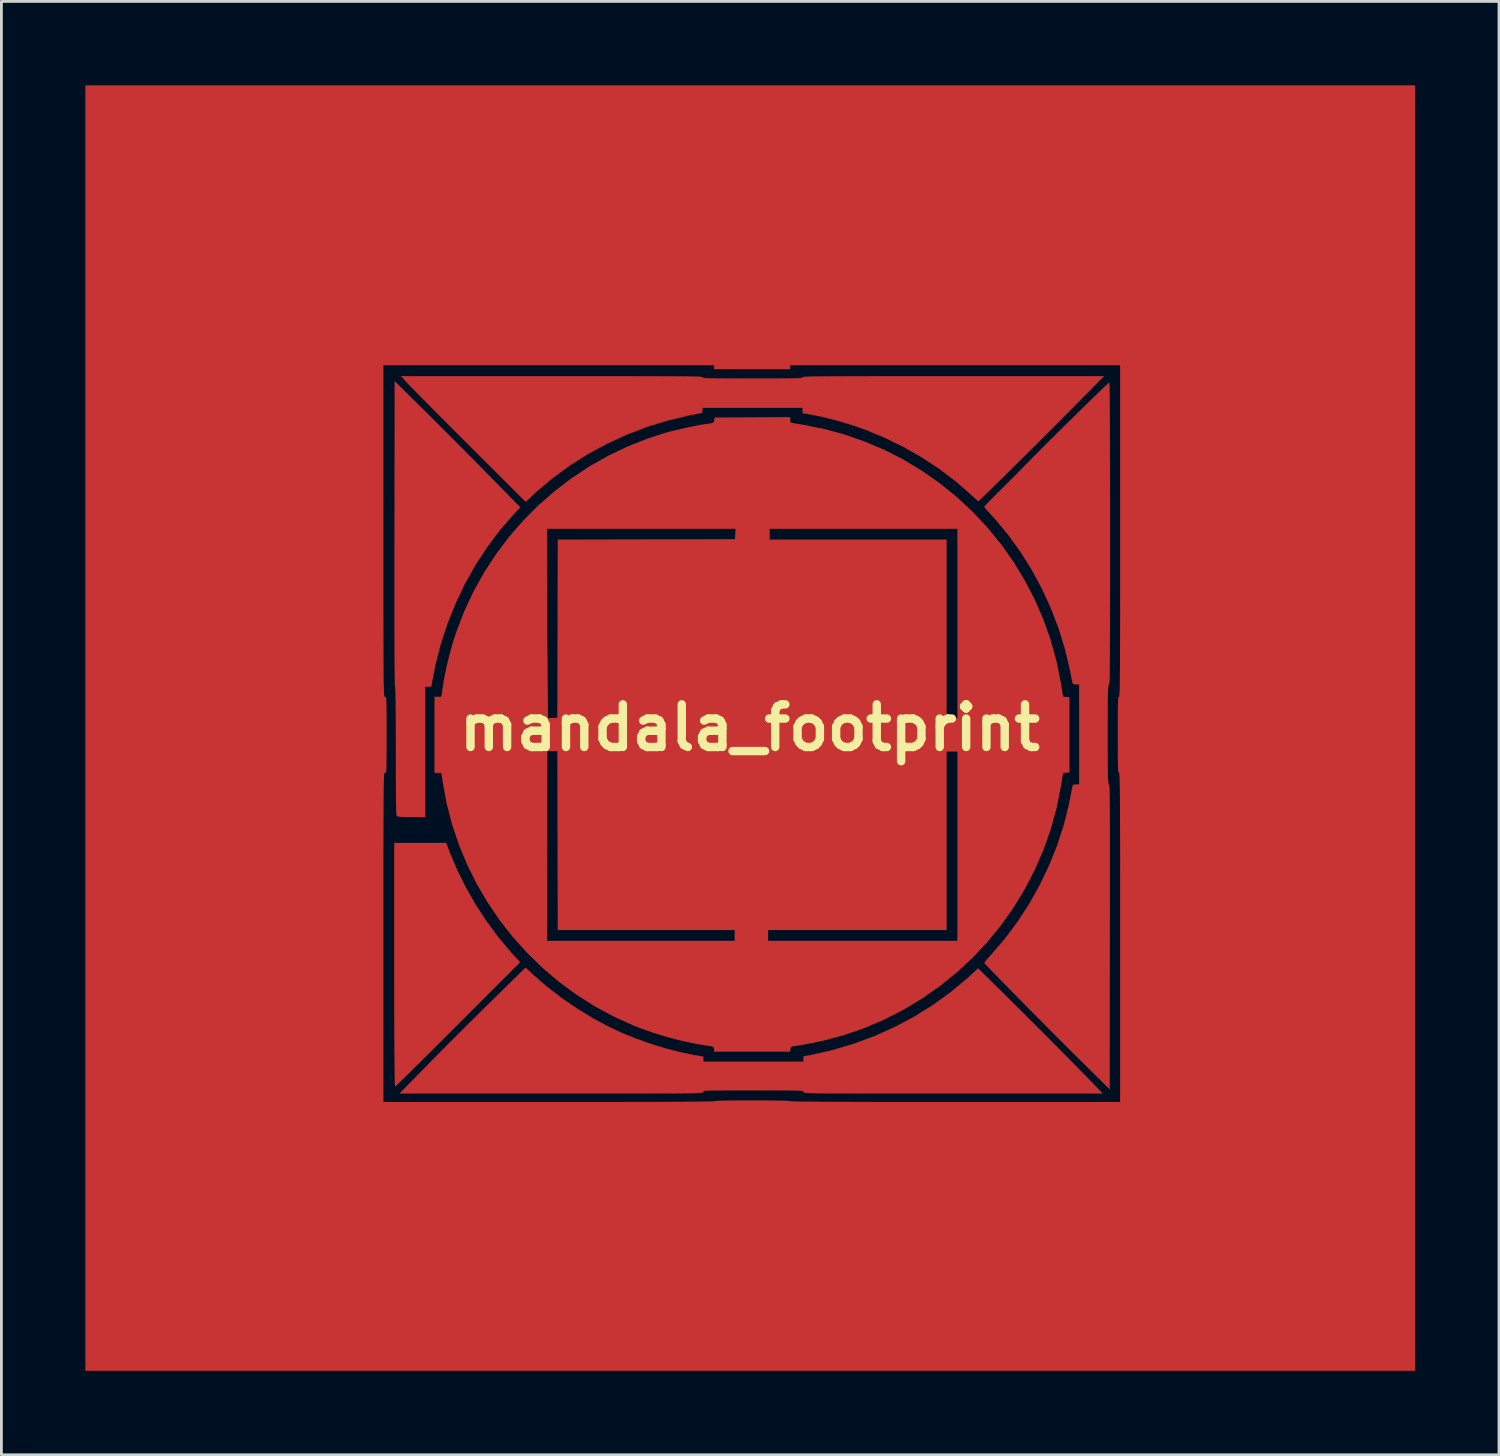
<source format=kicad_pcb>
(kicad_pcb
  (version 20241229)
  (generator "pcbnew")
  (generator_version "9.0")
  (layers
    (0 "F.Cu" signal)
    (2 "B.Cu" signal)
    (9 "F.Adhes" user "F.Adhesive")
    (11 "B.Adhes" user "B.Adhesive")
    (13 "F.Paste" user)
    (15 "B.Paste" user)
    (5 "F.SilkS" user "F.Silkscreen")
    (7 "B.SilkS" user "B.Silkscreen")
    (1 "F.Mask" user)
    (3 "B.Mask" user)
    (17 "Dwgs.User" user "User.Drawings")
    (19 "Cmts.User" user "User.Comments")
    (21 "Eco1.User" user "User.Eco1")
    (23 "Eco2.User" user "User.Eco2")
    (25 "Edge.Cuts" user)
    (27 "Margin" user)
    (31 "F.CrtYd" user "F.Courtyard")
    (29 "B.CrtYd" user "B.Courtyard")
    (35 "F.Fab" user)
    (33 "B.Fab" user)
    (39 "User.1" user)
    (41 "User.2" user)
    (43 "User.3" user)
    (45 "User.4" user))
  (footprint "mandala_footprint"
    (layer "F.Cu")
    (at 23.74 22.95)
    (property "Reference" "mandala_footprint" (at 0 0 0) (layer "F.SilkS") (effects (font (size 1.524 1.524) (thickness 0.3))))
    (attr through_hole)
    (fp_poly (pts (xy -6.42 -12.559) (xy -5.821 -12.559) (xy -5.275 -12.559) (xy -4.777 -12.558) (xy -4.327 -12.558) (xy -3.923 -12.557) (xy -3.56 -12.556) (xy -3.239 -12.555) (xy -2.955 -12.554) (xy -2.707 -12.553) (xy -2.493 -12.551) (xy -2.31 -12.549) (xy -2.156 -12.547) (xy -2.029 -12.544) (xy -1.926 -12.541) (xy -1.845 -12.538) (xy -1.785 -12.535) (xy -1.741 -12.531) (xy -1.713 -12.526) (xy -1.698 -12.522) (xy -1.693 -12.517) (xy -1.688 -12.508) (xy -1.67 -12.501) (xy -1.635 -12.494) (xy -1.579 -12.489) (xy -1.498 -12.485) (xy -1.388 -12.481) (xy -1.246 -12.479) (xy -1.066 -12.477) (xy -0.847 -12.476) (xy -0.582 -12.475) (xy -0.269 -12.474) (xy 0.096 -12.474) (xy 0.099 -12.474) (xy 0.465 -12.474) (xy 0.778 -12.475) (xy 1.042 -12.476) (xy 1.263 -12.477) (xy 1.442 -12.479) (xy 1.585 -12.481) (xy 1.695 -12.485) (xy 1.776 -12.489) (xy 1.832 -12.494) (xy 1.867 -12.5) (xy 1.886 -12.508) (xy 1.891 -12.516) (xy 1.891 -12.517) (xy 1.895 -12.522) (xy 1.911 -12.526) (xy 1.939 -12.531) (xy 1.982 -12.535) (xy 2.043 -12.538) (xy 2.124 -12.541) (xy 2.227 -12.544) (xy 2.355 -12.547) (xy 2.509 -12.549) (xy 2.692 -12.551) (xy 2.906 -12.553) (xy 3.154 -12.554) (xy 3.438 -12.555) (xy 3.76 -12.556) (xy 4.123 -12.557) (xy 4.528 -12.558) (xy 4.978 -12.558) (xy 5.475 -12.559) (xy 6.022 -12.559) (xy 6.621 -12.559) (xy 7.27 -12.559) (xy 12.649 -12.559) (xy 11.542 -11.437) (xy 11.328 -11.221) (xy 11.091 -10.983) (xy 10.836 -10.727) (xy 10.568 -10.459) (xy 10.291 -10.183) (xy 10.011 -9.905) (xy 9.732 -9.629) (xy 9.46 -9.36) (xy 9.2 -9.103) (xy 8.956 -8.864) (xy 8.734 -8.646) (xy 8.539 -8.456) (xy 8.375 -8.297) (xy 8.29 -8.216) (xy 8.16 -8.091) (xy 7.911 -8.324) (xy 7.368 -8.798) (xy 6.781 -9.242) (xy 6.158 -9.654) (xy 5.505 -10.027) (xy 4.831 -10.359) (xy 4.143 -10.645) (xy 3.754 -10.783) (xy 3.464 -10.875) (xy 3.151 -10.965) (xy 2.833 -11.049) (xy 2.528 -11.121) (xy 2.252 -11.179) (xy 2.18 -11.192) (xy 1.891 -11.242) (xy 1.891 -11.43) (xy -1.69 -11.43) (xy -1.699 -11.34) (xy -1.707 -11.25) (xy -2.163 -11.16) (xy -2.919 -10.982) (xy -3.663 -10.754) (xy -4.39 -10.476) (xy -5.096 -10.152) (xy -5.777 -9.784) (xy -6.428 -9.373) (xy -7.044 -8.923) (xy -7.621 -8.435) (xy -7.75 -8.316) (xy -8.007 -8.074) (xy -10.051 -10.115) (xy -10.337 -10.401) (xy -10.616 -10.68) (xy -10.882 -10.947) (xy -11.135 -11.201) (xy -11.37 -11.437) (xy -11.584 -11.654) (xy -11.776 -11.847) (xy -11.941 -12.015) (xy -12.077 -12.153) (xy -12.181 -12.26) (xy -12.249 -12.331) (xy -12.273 -12.357) (xy -12.452 -12.559) (xy -7.073 -12.559) (xy -6.42 -12.559)) (stroke (width 0.01) (type solid)) (fill yes) (layer "F.Cu"))
    (fp_poly (pts (xy -7.733 8.836) (xy -7.253 9.252) (xy -6.729 9.655) (xy -6.176 10.036) (xy -5.605 10.385) (xy -5.06 10.678) (xy -4.587 10.899) (xy -4.079 11.106) (xy -3.552 11.294) (xy -3.021 11.458) (xy -2.5 11.593) (xy -2.004 11.695) (xy -1.968 11.701) (xy -1.665 11.752) (xy -1.665 11.938) (xy 1.919 11.938) (xy 1.919 11.839) (xy 1.922 11.774) (xy 1.93 11.741) (xy 1.932 11.74) (xy 1.983 11.734) (xy 2.079 11.717) (xy 2.208 11.691) (xy 2.36 11.659) (xy 2.525 11.623) (xy 2.692 11.585) (xy 2.849 11.547) (xy 2.977 11.515) (xy 3.737 11.289) (xy 4.48 11.012) (xy 5.203 10.686) (xy 5.9 10.312) (xy 6.569 9.893) (xy 7.204 9.431) (xy 7.803 8.929) (xy 7.896 8.844) (xy 8.157 8.603) (xy 9.349 9.781) (xy 9.591 10.02) (xy 9.851 10.278) (xy 10.123 10.551) (xy 10.404 10.832) (xy 10.688 11.117) (xy 10.971 11.402) (xy 11.247 11.68) (xy 11.511 11.948) (xy 11.759 12.2) (xy 11.986 12.432) (xy 12.187 12.638) (xy 12.357 12.813) (xy 12.473 12.935) (xy 12.599 13.067) (xy 7.259 13.067) (xy 6.614 13.067) (xy 6.024 13.067) (xy 5.485 13.067) (xy 4.996 13.067) (xy 4.553 13.066) (xy 4.155 13.066) (xy 3.8 13.065) (xy 3.484 13.065) (xy 3.206 13.064) (xy 2.962 13.063) (xy 2.752 13.061) (xy 2.572 13.06) (xy 2.42 13.058) (xy 2.294 13.055) (xy 2.19 13.053) (xy 2.108 13.05) (xy 2.045 13.046) (xy 1.997 13.042) (xy 1.963 13.038) (xy 1.941 13.033) (xy 1.928 13.028) (xy 1.921 13.022) (xy 1.919 13.016) (xy 1.919 13.01) (xy 1.918 12.999) (xy 1.912 12.989) (xy 1.898 12.981) (xy 1.871 12.974) (xy 1.826 12.969) (xy 1.761 12.964) (xy 1.671 12.961) (xy 1.551 12.958) (xy 1.398 12.956) (xy 1.207 12.955) (xy 0.975 12.954) (xy 0.698 12.954) (xy 0.371 12.954) (xy 0.127 12.954) (xy -0.235 12.954) (xy -0.545 12.954) (xy -0.806 12.955) (xy -1.023 12.956) (xy -1.2 12.957) (xy -1.341 12.959) (xy -1.451 12.962) (xy -1.532 12.966) (xy -1.59 12.97) (xy -1.628 12.976) (xy -1.65 12.984) (xy -1.661 12.992) (xy -1.665 13.003) (xy -1.665 13.01) (xy -1.666 13.017) (xy -1.669 13.023) (xy -1.677 13.029) (xy -1.692 13.034) (xy -1.717 13.039) (xy -1.753 13.043) (xy -1.804 13.047) (xy -1.872 13.05) (xy -1.959 13.053) (xy -2.067 13.056) (xy -2.199 13.058) (xy -2.356 13.06) (xy -2.543 13.061) (xy -2.76 13.063) (xy -3.01 13.064) (xy -3.296 13.065) (xy -3.619 13.065) (xy -3.983 13.066) (xy -4.389 13.066) (xy -4.84 13.067) (xy -5.338 13.067) (xy -5.886 13.067) (xy -6.485 13.067) (xy -7.086 13.067) (xy -12.507 13.067) (xy -11.482 12.021) (xy -11.255 11.79) (xy -10.997 11.53) (xy -10.716 11.247) (xy -10.42 10.951) (xy -10.119 10.651) (xy -9.821 10.355) (xy -9.535 10.072) (xy -9.27 9.811) (xy -9.234 9.776) (xy -8.012 8.578) (xy -7.733 8.836)) (stroke (width 0.01) (type solid)) (fill yes) (layer "F.Cu"))
    (fp_poly (pts (xy 12.845 -12.302) (xy 12.849 -12.219) (xy 12.852 -12.08) (xy 12.855 -11.887) (xy 12.858 -11.638) (xy 12.86 -11.335) (xy 12.862 -10.978) (xy 12.864 -10.568) (xy 12.866 -10.105) (xy 12.867 -9.589) (xy 12.868 -9.02) (xy 12.869 -8.4) (xy 12.869 -7.728) (xy 12.869 -7.005) (xy 12.869 -6.948) (xy 12.869 -6.294) (xy 12.869 -5.695) (xy 12.869 -5.147) (xy 12.869 -4.649) (xy 12.868 -4.198) (xy 12.867 -3.792) (xy 12.867 -3.429) (xy 12.866 -3.106) (xy 12.864 -2.821) (xy 12.863 -2.572) (xy 12.861 -2.357) (xy 12.859 -2.173) (xy 12.857 -2.018) (xy 12.855 -1.889) (xy 12.852 -1.785) (xy 12.849 -1.703) (xy 12.845 -1.64) (xy 12.841 -1.595) (xy 12.837 -1.565) (xy 12.832 -1.548) (xy 12.827 -1.542) (xy 12.818 -1.533) (xy 12.811 -1.512) (xy 12.805 -1.473) (xy 12.799 -1.413) (xy 12.795 -1.328) (xy 12.792 -1.215) (xy 12.789 -1.068) (xy 12.787 -0.884) (xy 12.786 -0.659) (xy 12.785 -0.389) (xy 12.785 -0.071) (xy 12.785 0.243) (xy 12.785 0.607) (xy 12.785 0.919) (xy 12.786 1.182) (xy 12.788 1.402) (xy 12.79 1.58) (xy 12.792 1.723) (xy 12.796 1.834) (xy 12.8 1.916) (xy 12.806 1.974) (xy 12.812 2.012) (xy 12.82 2.034) (xy 12.827 2.043) (xy 12.832 2.051) (xy 12.837 2.07) (xy 12.841 2.101) (xy 12.845 2.148) (xy 12.849 2.211) (xy 12.852 2.294) (xy 12.854 2.399) (xy 12.857 2.528) (xy 12.859 2.683) (xy 12.861 2.867) (xy 12.862 3.082) (xy 12.863 3.33) (xy 12.864 3.614) (xy 12.865 3.936) (xy 12.865 4.298) (xy 12.865 4.702) (xy 12.865 5.152) (xy 12.865 5.648) (xy 12.864 6.194) (xy 12.863 6.791) (xy 12.863 7.442) (xy 12.862 7.493) (xy 12.855 12.912) (xy 11.715 11.783) (xy 11.511 11.58) (xy 11.292 11.362) (xy 11.061 11.131) (xy 10.821 10.891) (xy 10.576 10.644) (xy 10.329 10.396) (xy 10.083 10.148) (xy 9.842 9.904) (xy 9.608 9.667) (xy 9.385 9.44) (xy 9.176 9.228) (xy 8.985 9.033) (xy 8.815 8.858) (xy 8.668 8.707) (xy 8.549 8.583) (xy 8.46 8.49) (xy 8.405 8.43) (xy 8.387 8.408) (xy 8.401 8.379) (xy 8.448 8.317) (xy 8.519 8.232) (xy 8.608 8.133) (xy 8.619 8.121) (xy 9.113 7.546) (xy 9.572 6.932) (xy 9.991 6.286) (xy 10.368 5.612) (xy 10.701 4.916) (xy 10.986 4.204) (xy 11.221 3.48) (xy 11.404 2.752) (xy 11.444 2.549) (xy 11.472 2.403) (xy 11.498 2.271) (xy 11.517 2.168) (xy 11.53 2.104) (xy 11.531 2.095) (xy 11.549 2.054) (xy 11.592 2.035) (xy 11.656 2.032) (xy 11.769 2.032) (xy 11.769 -1.552) (xy 11.656 -1.552) (xy 11.581 -1.558) (xy 11.544 -1.58) (xy 11.531 -1.616) (xy 11.521 -1.665) (xy 11.502 -1.758) (xy 11.476 -1.884) (xy 11.447 -2.03) (xy 11.432 -2.103) (xy 11.258 -2.834) (xy 11.033 -3.559) (xy 10.759 -4.272) (xy 10.439 -4.968) (xy 10.077 -5.64) (xy 9.675 -6.283) (xy 9.236 -6.891) (xy 8.762 -7.459) (xy 8.611 -7.624) (xy 8.522 -7.722) (xy 8.449 -7.805) (xy 8.399 -7.866) (xy 8.382 -7.894) (xy 8.401 -7.92) (xy 8.456 -7.98) (xy 8.54 -8.068) (xy 8.649 -8.179) (xy 8.777 -8.308) (xy 8.91 -8.44) (xy 9.075 -8.604) (xy 9.268 -8.797) (xy 9.477 -9.006) (xy 9.689 -9.22) (xy 9.894 -9.428) (xy 10.06 -9.596) (xy 10.194 -9.733) (xy 10.352 -9.892) (xy 10.529 -10.069) (xy 10.721 -10.26) (xy 10.924 -10.462) (xy 11.134 -10.67) (xy 11.349 -10.882) (xy 11.562 -11.092) (xy 11.772 -11.299) (xy 11.974 -11.496) (xy 12.164 -11.682) (xy 12.338 -11.851) (xy 12.492 -12.001) (xy 12.623 -12.127) (xy 12.727 -12.226) (xy 12.8 -12.293) (xy 12.838 -12.326) (xy 12.842 -12.328) (xy 12.845 -12.302)) (stroke (width 0.01) (type solid)) (fill yes) (layer "F.Cu"))
    (pad "1" smd custom (at 21.59 0) (size 1.524 1.524) (layers "F.Cu" "F.Mask" "F.Paste") (options (anchor circle)) (primitives (gr_poly (pts (xy 2.173 22.973) (xy -45.325 22.973) (xy -45.325 -12.954) (xy -34.685 -12.954) (xy -34.685 -7.027) (xy -34.685 -6.347) (xy -34.685 -5.72) (xy -34.685 -5.146) (xy -34.685 -4.621) (xy -34.685 -4.144) (xy -34.684 -3.712) (xy -34.684 -3.323) (xy -34.683 -2.975) (xy -34.682 -2.665) (xy -34.681 -2.391) (xy -34.68 -2.151) (xy -34.679 -1.943) (xy -34.677 -1.765) (xy -34.675 -1.613) (xy -34.673 -1.487) (xy -34.67 -1.383) (xy -34.667 -1.3) (xy -34.664 -1.235) (xy -34.66 -1.186) (xy -34.656 -1.15) (xy -34.652 -1.126) (xy -34.647 -1.112) (xy -34.641 -1.104) (xy -34.635 -1.101) (xy -34.629 -1.101) (xy -34.629 -1.101) (xy -34.616 -1.099) (xy -34.605 -1.093) (xy -34.596 -1.076) (xy -34.589 -1.044) (xy -34.583 -0.993) (xy -34.579 -0.917) (xy -34.576 -0.812) (xy -34.574 -0.674) (xy -34.573 -0.497) (xy -34.572 -0.277) (xy -34.572 -0.009) (xy -34.572 0.254) (xy -34.572 0.565) (xy -34.573 0.825) (xy -34.573 1.037) (xy -34.575 1.207) (xy -34.577 1.34) (xy -34.58 1.439) (xy -34.584 1.511) (xy -34.59 1.559) (xy -34.597 1.588) (xy -34.607 1.602) (xy -34.618 1.608) (xy -34.629 1.609) (xy -34.635 1.609) (xy -34.641 1.612) (xy -34.647 1.62) (xy -34.652 1.634) (xy -34.656 1.658) (xy -34.66 1.693) (xy -34.664 1.742) (xy -34.667 1.807) (xy -34.67 1.89) (xy -34.673 1.994) (xy -34.675 2.12) (xy -34.677 2.272) (xy -34.679 2.45) (xy -34.68 2.659) (xy -34.681 2.899) (xy -34.682 3.173) (xy -34.683 3.483) (xy -34.684 3.832) (xy -34.684 4.221) (xy -34.685 4.654) (xy -34.685 5.132) (xy -34.685 5.658) (xy -34.685 6.233) (xy -34.685 6.861) (xy -34.685 7.493) (xy -34.685 13.377) (xy -28.773 13.377) (xy -27.991 13.377) (xy -27.264 13.377) (xy -26.592 13.376) (xy -25.976 13.375) (xy -25.414 13.374) (xy -24.908 13.373) (xy -24.458 13.371) (xy -24.063 13.369) (xy -23.724 13.366) (xy -23.441 13.364) (xy -23.213 13.361) (xy -23.042 13.358) (xy -22.927 13.355) (xy -22.868 13.351) (xy -22.86 13.349) (xy -22.832 13.342) (xy -22.748 13.336) (xy -22.61 13.33) (xy -22.419 13.326) (xy -22.175 13.323) (xy -21.879 13.322) (xy -21.532 13.321) (xy -21.505 13.321) (xy -21.155 13.321) (xy -20.856 13.323) (xy -20.608 13.326) (xy -20.412 13.33) (xy -20.27 13.335) (xy -20.183 13.341) (xy -20.151 13.349) (xy -20.151 13.349) (xy -20.122 13.353) (xy -20.038 13.356) (xy -19.897 13.36) (xy -19.7 13.362) (xy -19.447 13.365) (xy -19.139 13.368) (xy -18.774 13.37) (xy -18.354 13.372) (xy -17.878 13.373) (xy -17.347 13.375) (xy -16.76 13.376) (xy -16.119 13.376) (xy -15.422 13.377) (xy -14.67 13.377) (xy -14.252 13.377) (xy -8.354 13.377) (xy -8.354 7.493) (xy -8.354 6.809) (xy -8.354 6.179) (xy -8.354 5.602) (xy -8.354 5.074) (xy -8.355 4.594) (xy -8.355 4.159) (xy -8.356 3.768) (xy -8.357 3.418) (xy -8.358 3.107) (xy -8.359 2.833) (xy -8.361 2.593) (xy -8.363 2.385) (xy -8.365 2.208) (xy -8.367 2.058) (xy -8.369 1.935) (xy -8.372 1.835) (xy -8.375 1.756) (xy -8.379 1.697) (xy -8.383 1.655) (xy -8.387 1.628) (xy -8.391 1.613) (xy -8.396 1.609) (xy -8.406 1.603) (xy -8.414 1.584) (xy -8.421 1.546) (xy -8.426 1.485) (xy -8.43 1.397) (xy -8.434 1.276) (xy -8.436 1.119) (xy -8.437 0.921) (xy -8.438 0.678) (xy -8.438 0.384) (xy -8.438 0.254) (xy -8.438 -0.061) (xy -8.438 -0.323) (xy -8.436 -0.539) (xy -8.435 -0.711) (xy -8.432 -0.846) (xy -8.428 -0.946) (xy -8.423 -1.017) (xy -8.417 -1.063) (xy -8.409 -1.09) (xy -8.4 -1.1) (xy -8.396 -1.101) (xy -8.391 -1.105) (xy -8.387 -1.12) (xy -8.383 -1.148) (xy -8.379 -1.191) (xy -8.375 -1.251) (xy -8.372 -1.33) (xy -8.369 -1.43) (xy -8.367 -1.554) (xy -8.365 -1.704) (xy -8.363 -1.882) (xy -8.361 -2.09) (xy -8.359 -2.331) (xy -8.358 -2.606) (xy -8.357 -2.918) (xy -8.356 -3.268) (xy -8.355 -3.66) (xy -8.355 -4.095) (xy -8.354 -4.575) (xy -8.354 -5.103) (xy -8.354 -5.681) (xy -8.354 -6.311) (xy -8.354 -6.995) (xy -8.354 -12.954) (xy -20.151 -12.954) (xy -20.151 -12.813) (xy -22.86 -12.813) (xy -22.86 -12.954) (xy -34.685 -12.954) (xy -45.325 -12.954) (xy -45.325 -22.945) (xy 2.173 -22.945) (xy 2.173 22.973)) (width 0.01) (fill yes))))
    (pad "2" smd custom (at 0 0) (size 1.524 1.524) (layers "F.Cu" "F.Mask" "F.Paste") (options (anchor circle)) (primitives (gr_poly (pts (xy 1.439 -10.994) (xy 1.445 -10.927) (xy 1.474 -10.895) (xy 1.531 -10.881) (xy 1.6 -10.87) (xy 1.706 -10.853) (xy 1.831 -10.832) (xy 1.891 -10.822) (xy 2.633 -10.675) (xy 3.371 -10.474) (xy 4.097 -10.222) (xy 4.801 -9.924) (xy 5.453 -9.594) (xy 6.129 -9.189) (xy 6.771 -8.741) (xy 7.378 -8.251) (xy 7.947 -7.723) (xy 8.478 -7.158) (xy 8.967 -6.56) (xy 9.414 -5.929) (xy 9.816 -5.269) (xy 10.173 -4.583) (xy 10.482 -3.872) (xy 10.742 -3.139) (xy 10.95 -2.386) (xy 11.106 -1.616) (xy 11.112 -1.579) (xy 11.19 -1.103) (xy 11.303 -1.095) (xy 11.416 -1.087) (xy 11.416 1.595) (xy 11.19 1.611) (xy 11.111 2.092) (xy 10.958 2.861) (xy 10.751 3.616) (xy 10.492 4.353) (xy 10.181 5.07) (xy 9.821 5.764) (xy 9.413 6.432) (xy 8.958 7.073) (xy 8.458 7.682) (xy 7.987 8.184) (xy 7.409 8.724) (xy 6.799 9.22) (xy 6.157 9.67) (xy 5.488 10.073) (xy 4.793 10.428) (xy 4.076 10.733) (xy 3.338 10.986) (xy 2.583 11.187) (xy 2.173 11.272) (xy 2.015 11.301) (xy 1.861 11.328) (xy 1.727 11.35) (xy 1.629 11.365) (xy 1.623 11.366) (xy 1.529 11.38) (xy 1.478 11.396) (xy 1.454 11.423) (xy 1.446 11.47) (xy 1.445 11.479) (xy 1.436 11.571) (xy -1.266 11.571) (xy -1.275 11.479) (xy -1.283 11.428) (xy -1.303 11.399) (xy -1.35 11.382) (xy -1.436 11.368) (xy -1.453 11.366) (xy -1.925 11.291) (xy -2.425 11.185) (xy -2.937 11.052) (xy -3.445 10.897) (xy -3.932 10.724) (xy -4.155 10.636) (xy -4.864 10.314) (xy -5.546 9.946) (xy -6.197 9.532) (xy -6.816 9.076) (xy -7.401 8.579) (xy -7.95 8.046) (xy -8.333 7.62) (xy -7.253 7.62) (xy -0.536 7.62) (xy -0.536 7.225) (xy 0.649 7.225) (xy 0.649 7.62) (xy 7.422 7.62) (xy 7.422 0.847) (xy 7.027 0.847) (xy 7.027 7.225) (xy 0.649 7.225) (xy -0.536 7.225) (xy -6.858 7.225) (xy -6.865 4.029) (xy -6.872 0.833) (xy -7.239 0.833) (xy -7.253 7.62) (xy -8.333 7.62) (xy -8.462 7.477) (xy -8.934 6.875) (xy -9.364 6.243) (xy -9.751 5.583) (xy -10.092 4.897) (xy -10.386 4.189) (xy -10.632 3.46) (xy -10.826 2.712) (xy -10.967 1.949) (xy -10.968 1.94) (xy -11.017 1.609) (xy -11.261 1.609) (xy -11.261 -1.101) (xy -11.015 -1.101) (xy -10.98 -1.362) (xy -10.917 -1.753) (xy -10.831 -2.174) (xy -10.726 -2.608) (xy -10.606 -3.034) (xy -10.487 -3.404) (xy -10.206 -4.14) (xy -9.875 -4.849) (xy -9.498 -5.529) (xy -9.076 -6.18) (xy -8.612 -6.798) (xy -8.34 -7.112) (xy -7.253 -7.112) (xy -7.253 -5.948) (xy -7.253 -5.723) (xy -7.252 -5.449) (xy -7.251 -5.135) (xy -7.249 -4.787) (xy -7.247 -4.414) (xy -7.245 -4.024) (xy -7.242 -3.624) (xy -7.24 -3.223) (xy -7.237 -2.827) (xy -7.234 -2.56) (xy -7.216 -0.336) (xy -7.044 -0.344) (xy -6.872 -0.353) (xy -6.858 -6.717) (xy -0.522 -6.731) (xy -0.505 -7.112) (xy 0.706 -7.112) (xy 0.706 -6.717) (xy 7.027 -6.717) (xy 7.027 -0.339) (xy 7.422 -0.339) (xy 7.422 -7.112) (xy 0.706 -7.112) (xy -0.505 -7.112) (xy -7.253 -7.112) (xy -8.34 -7.112) (xy -8.107 -7.381) (xy -7.564 -7.929) (xy -6.985 -8.437) (xy -6.373 -8.906) (xy -5.728 -9.332) (xy -5.054 -9.714) (xy -4.352 -10.049) (xy -3.624 -10.335) (xy -3.036 -10.525) (xy -2.867 -10.572) (xy -2.665 -10.622) (xy -2.443 -10.675) (xy -2.215 -10.725) (xy -1.994 -10.771) (xy -1.792 -10.81) (xy -1.624 -10.839) (xy -1.538 -10.851) (xy -1.415 -10.867) (xy -1.338 -10.883) (xy -1.294 -10.902) (xy -1.274 -10.932) (xy -1.266 -10.977) (xy -1.265 -10.986) (xy -1.256 -11.077) (xy 0.092 -11.085) (xy 1.439 -11.092) (xy 1.439 -10.994)) (width 0.01) (fill yes))))
    (pad "3" smd custom (at -11.43 -7.62) (size 1.524 1.524) (layers "F.Cu" "F.Mask" "F.Paste") (options (anchor circle)) (primitives (gr_poly (pts (xy -0.117 -3.627) (xy 0.143 -3.368) (xy 0.431 -3.081) (xy 0.737 -2.775) (xy 1.05 -2.46) (xy 1.362 -2.146) (xy 1.661 -1.845) (xy 1.937 -1.565) (xy 2.122 -1.376) (xy 3.223 -0.255) (xy 2.991 -0.008) (xy 2.499 0.558) (xy 2.043 1.164) (xy 1.625 1.805) (xy 1.247 2.479) (xy 0.913 3.179) (xy 0.624 3.901) (xy 0.382 4.641) (xy 0.19 5.395) (xy 0.111 5.793) (xy 0.045 6.152) (xy -0.169 6.152) (xy -0.169 10.809) (xy -0.658 10.809) (xy -0.861 10.808) (xy -1.011 10.803) (xy -1.113 10.794) (xy -1.168 10.782) (xy -1.18 10.775) (xy -1.186 10.755) (xy -1.192 10.708) (xy -1.197 10.629) (xy -1.201 10.517) (xy -1.204 10.369) (xy -1.207 10.182) (xy -1.21 9.953) (xy -1.211 9.679) (xy -1.213 9.358) (xy -1.213 8.987) (xy -1.214 8.563) (xy -1.214 8.449) (xy -1.214 7.98) (xy -1.215 7.562) (xy -1.217 7.198) (xy -1.219 6.886) (xy -1.222 6.629) (xy -1.226 6.426) (xy -1.23 6.278) (xy -1.235 6.185) (xy -1.241 6.148) (xy -1.242 6.148) (xy -1.246 6.118) (xy -1.249 6.032) (xy -1.252 5.89) (xy -1.255 5.691) (xy -1.258 5.437) (xy -1.26 5.126) (xy -1.261 4.759) (xy -1.263 4.336) (xy -1.264 3.857) (xy -1.264 3.323) (xy -1.264 2.732) (xy -1.264 2.086) (xy -1.264 1.384) (xy -1.263 0.691) (xy -1.256 -4.755) (xy -0.117 -3.627)) (width 0.01) (fill yes))))
    (pad "4" smd custom (at -11.43 7.62) (size 1.524 1.524) (layers "F.Cu" "F.Mask" "F.Paste") (options (anchor circle)) (primitives (gr_poly (pts (xy 0.579 -3.499) (xy 0.716 -3.139) (xy 0.975 -2.525) (xy 1.283 -1.908) (xy 1.632 -1.298) (xy 2.017 -0.708) (xy 2.431 -0.146) (xy 2.867 0.376) (xy 2.978 0.499) (xy 3.217 0.757) (xy 1.002 2.975) (xy 0.708 3.269) (xy 0.425 3.552) (xy 0.155 3.821) (xy -0.098 4.073) (xy -0.333 4.306) (xy -0.547 4.518) (xy -0.737 4.705) (xy -0.9 4.866) (xy -1.035 4.998) (xy -1.138 5.098) (xy -1.207 5.163) (xy -1.239 5.192) (xy -1.241 5.193) (xy -1.246 5.167) (xy -1.25 5.088) (xy -1.253 4.956) (xy -1.257 4.772) (xy -1.259 4.533) (xy -1.262 4.241) (xy -1.264 3.895) (xy -1.266 3.494) (xy -1.268 3.038) (xy -1.269 2.527) (xy -1.269 1.96) (xy -1.27 1.338) (xy -1.27 0.847) (xy -1.27 -3.5) (xy 0.579 -3.499)) (width 0.01) (fill yes)))))
  (gr_rect
    (start -3 -3)
    (end 50.508 48.928)
    (stroke (width 0.1) (type default))
    (fill no)
    (layer "Edge.Cuts")))
</source>
